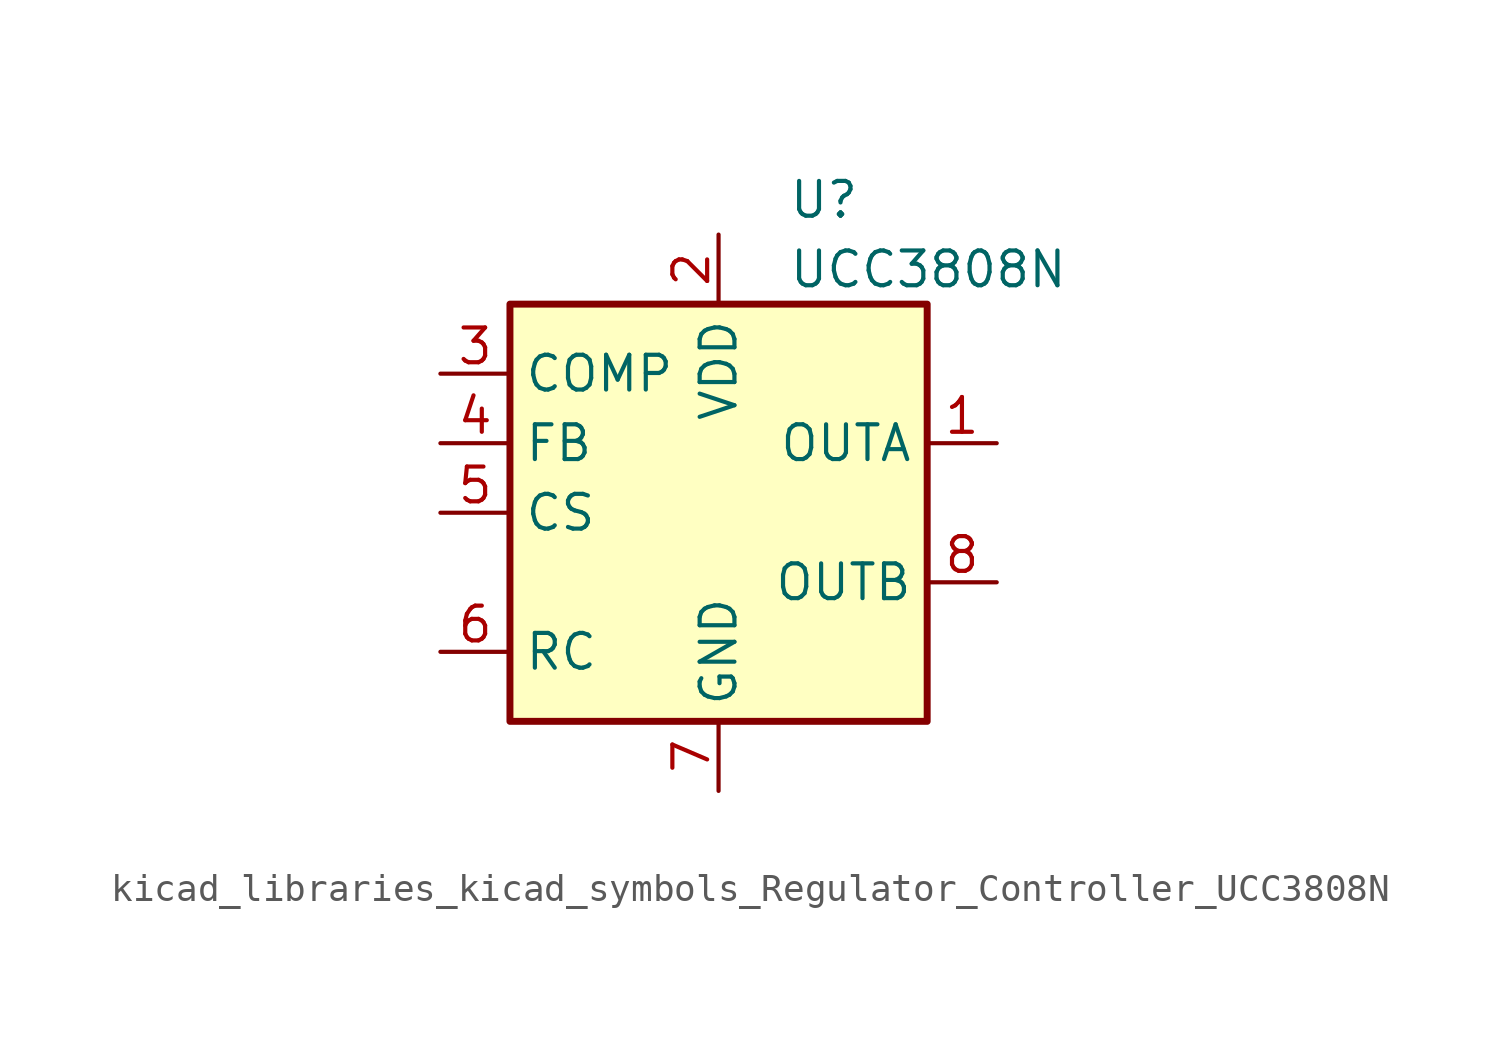
<source format=kicad_sym>
(kicad_symbol_lib
  (version 20220914)
  (generator kicad_symbol_editor)
  (symbol "kicad_libraries_kicad_symbols_Regulator_Controller_UCC3808N"
    (property "Reference" "U"
      (at 2.54 11.43 0)
      (effects (font (size 1.27 1.27)) (justify left)))
    (property "Value" "UCC3808N"
      (at 2.54 8.89 0)
      (effects (font (size 1.27 1.27)) (justify left)))
    (symbol "kicad_libraries_kicad_symbols_Regulator_Controller_UCC3808N_0_1"
      (rectangle (start -7.62 -7.62) (end 7.62 7.62) (stroke (width 0.254) (type default)) (fill (type background))))
    (symbol "kicad_libraries_kicad_symbols_Regulator_Controller_UCC3808N_1_1"
      (pin output line (at 10.16 2.54 180) (length 2.54) (name "OUTA" (effects (font (size 1.27 1.27)))) (number "1" (effects (font (size 1.27 1.27)))))
      (pin power_in line (at 0 10.16 270) (length 2.54) (name "VDD" (effects (font (size 1.27 1.27)))) (number "2" (effects (font (size 1.27 1.27)))))
      (pin passive line (at -10.16 5.08 0) (length 2.54) (name "COMP" (effects (font (size 1.27 1.27)))) (number "3" (effects (font (size 1.27 1.27)))))
      (pin input line (at -10.16 2.54 0) (length 2.54) (name "FB" (effects (font (size 1.27 1.27)))) (number "4" (effects (font (size 1.27 1.27)))))
      (pin input line (at -10.16 0 0) (length 2.54) (name "CS" (effects (font (size 1.27 1.27)))) (number "5" (effects (font (size 1.27 1.27)))))
      (pin passive line (at -10.16 -5.08 0) (length 2.54) (name "RC" (effects (font (size 1.27 1.27)))) (number "6" (effects (font (size 1.27 1.27)))))
      (pin power_in line (at 0 -10.16 90) (length 2.54) (name "GND" (effects (font (size 1.27 1.27)))) (number "7" (effects (font (size 1.27 1.27)))))
      (pin output line (at 10.16 -2.54 180) (length 2.54) (name "OUTB" (effects (font (size 1.27 1.27)))) (number "8" (effects (font (size 1.27 1.27))))))))
</source>
